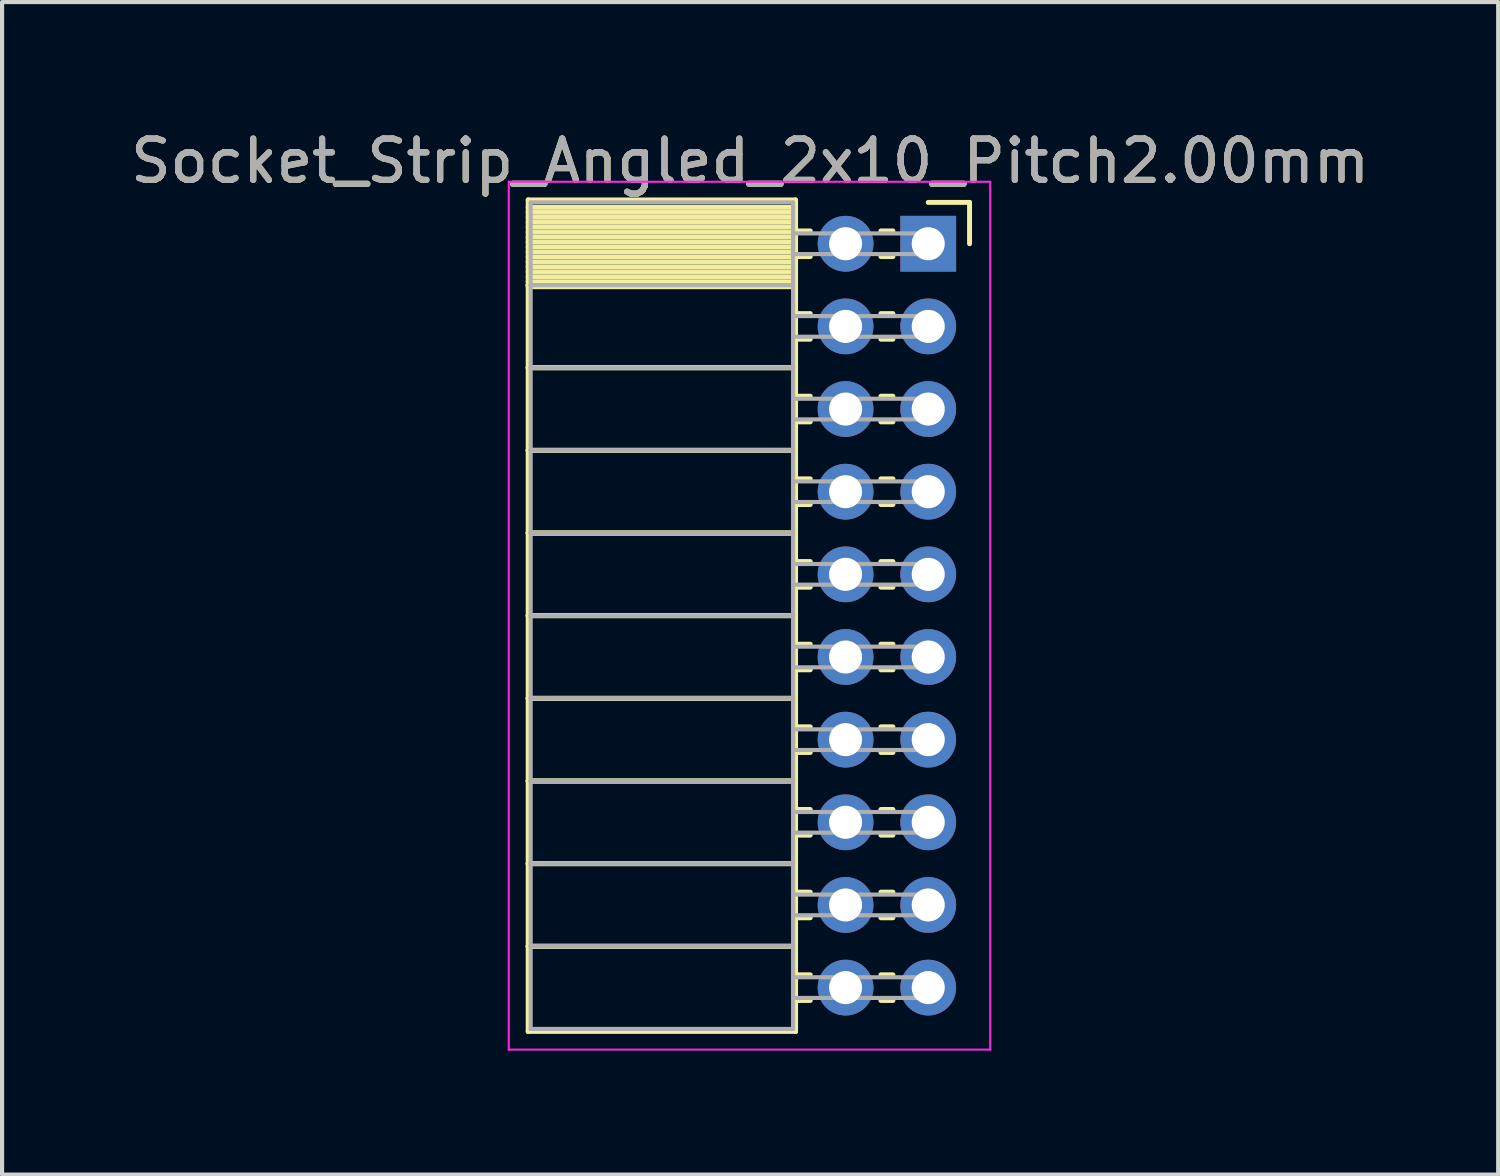
<source format=kicad_pcb>
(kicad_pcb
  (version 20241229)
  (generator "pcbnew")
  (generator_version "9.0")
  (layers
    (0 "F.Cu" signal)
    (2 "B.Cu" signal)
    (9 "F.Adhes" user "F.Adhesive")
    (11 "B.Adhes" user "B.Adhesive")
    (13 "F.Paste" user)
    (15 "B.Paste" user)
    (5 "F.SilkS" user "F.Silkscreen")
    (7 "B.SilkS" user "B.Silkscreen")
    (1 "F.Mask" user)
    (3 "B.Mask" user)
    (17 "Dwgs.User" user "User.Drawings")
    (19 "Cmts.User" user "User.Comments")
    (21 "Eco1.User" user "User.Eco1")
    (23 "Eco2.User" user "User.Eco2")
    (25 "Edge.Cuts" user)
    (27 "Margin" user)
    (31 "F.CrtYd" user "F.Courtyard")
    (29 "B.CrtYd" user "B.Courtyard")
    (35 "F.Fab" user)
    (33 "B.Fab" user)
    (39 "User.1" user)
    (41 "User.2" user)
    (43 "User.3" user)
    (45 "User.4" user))
  (footprint "Socket_Strip_Angled_2x10_Pitch2.00mm"
    (layer "F.Cu")
    (at 19.411 2.848)
    (property "Reference" "Socket_Strip_Angled_2x10_Pitch2.00mm" (at -4.31 -2 0) (layer "F.SilkS") (effects (font (size 1 1) (thickness 0.15))))
    (attr through_hole)
    (fp_line (start -9.68 -1.06) (end -3.21 -1.06) (stroke (width 0.12) (type solid)) (layer "F.SilkS"))
    (fp_line (start -9.68 1) (end -9.68 -1.06) (stroke (width 0.12) (type solid)) (layer "F.SilkS"))
    (fp_line (start -9.68 1) (end -3.21 1) (stroke (width 0.12) (type solid)) (layer "F.SilkS"))
    (fp_line (start -9.68 3) (end -9.68 1) (stroke (width 0.12) (type solid)) (layer "F.SilkS"))
    (fp_line (start -9.68 3) (end -3.21 3) (stroke (width 0.12) (type solid)) (layer "F.SilkS"))
    (fp_line (start -9.68 5) (end -9.68 3) (stroke (width 0.12) (type solid)) (layer "F.SilkS"))
    (fp_line (start -9.68 5) (end -3.21 5) (stroke (width 0.12) (type solid)) (layer "F.SilkS"))
    (fp_line (start -9.68 7) (end -9.68 5) (stroke (width 0.12) (type solid)) (layer "F.SilkS"))
    (fp_line (start -9.68 7) (end -3.21 7) (stroke (width 0.12) (type solid)) (layer "F.SilkS"))
    (fp_line (start -9.68 9) (end -9.68 7) (stroke (width 0.12) (type solid)) (layer "F.SilkS"))
    (fp_line (start -9.68 9) (end -3.21 9) (stroke (width 0.12) (type solid)) (layer "F.SilkS"))
    (fp_line (start -9.68 11) (end -9.68 9) (stroke (width 0.12) (type solid)) (layer "F.SilkS"))
    (fp_line (start -9.68 11) (end -3.21 11) (stroke (width 0.12) (type solid)) (layer "F.SilkS"))
    (fp_line (start -9.68 13) (end -9.68 11) (stroke (width 0.12) (type solid)) (layer "F.SilkS"))
    (fp_line (start -9.68 13) (end -3.21 13) (stroke (width 0.12) (type solid)) (layer "F.SilkS"))
    (fp_line (start -9.68 15) (end -9.68 13) (stroke (width 0.12) (type solid)) (layer "F.SilkS"))
    (fp_line (start -9.68 15) (end -3.21 15) (stroke (width 0.12) (type solid)) (layer "F.SilkS"))
    (fp_line (start -9.68 17) (end -9.68 15) (stroke (width 0.12) (type solid)) (layer "F.SilkS"))
    (fp_line (start -9.68 17) (end -3.21 17) (stroke (width 0.12) (type solid)) (layer "F.SilkS"))
    (fp_line (start -9.68 19.06) (end -9.68 17) (stroke (width 0.12) (type solid)) (layer "F.SilkS"))
    (fp_line (start -3.21 -1.06) (end -3.21 1) (stroke (width 0.12) (type solid)) (layer "F.SilkS"))
    (fp_line (start -3.21 -0.88) (end -9.68 -0.88) (stroke (width 0.12) (type solid)) (layer "F.SilkS"))
    (fp_line (start -3.21 -0.76) (end -9.68 -0.76) (stroke (width 0.12) (type solid)) (layer "F.SilkS"))
    (fp_line (start -3.21 -0.64) (end -9.68 -0.64) (stroke (width 0.12) (type solid)) (layer "F.SilkS"))
    (fp_line (start -3.21 -0.52) (end -9.68 -0.52) (stroke (width 0.12) (type solid)) (layer "F.SilkS"))
    (fp_line (start -3.21 -0.4) (end -9.68 -0.4) (stroke (width 0.12) (type solid)) (layer "F.SilkS"))
    (fp_line (start -3.21 -0.28) (end -9.68 -0.28) (stroke (width 0.12) (type solid)) (layer "F.SilkS"))
    (fp_line (start -3.21 -0.16) (end -9.68 -0.16) (stroke (width 0.12) (type solid)) (layer "F.SilkS"))
    (fp_line (start -3.21 -0.04) (end -9.68 -0.04) (stroke (width 0.12) (type solid)) (layer "F.SilkS"))
    (fp_line (start -3.21 0.08) (end -9.68 0.08) (stroke (width 0.12) (type solid)) (layer "F.SilkS"))
    (fp_line (start -3.21 0.2) (end -9.68 0.2) (stroke (width 0.12) (type solid)) (layer "F.SilkS"))
    (fp_line (start -3.21 0.32) (end -9.68 0.32) (stroke (width 0.12) (type solid)) (layer "F.SilkS"))
    (fp_line (start -3.21 0.44) (end -9.68 0.44) (stroke (width 0.12) (type solid)) (layer "F.SilkS"))
    (fp_line (start -3.21 0.56) (end -9.68 0.56) (stroke (width 0.12) (type solid)) (layer "F.SilkS"))
    (fp_line (start -3.21 0.68) (end -9.68 0.68) (stroke (width 0.12) (type solid)) (layer "F.SilkS"))
    (fp_line (start -3.21 0.8) (end -9.68 0.8) (stroke (width 0.12) (type solid)) (layer "F.SilkS"))
    (fp_line (start -3.21 0.92) (end -9.68 0.92) (stroke (width 0.12) (type solid)) (layer "F.SilkS"))
    (fp_line (start -3.21 1) (end -9.68 1) (stroke (width 0.12) (type solid)) (layer "F.SilkS"))
    (fp_line (start -3.21 1) (end -3.21 3) (stroke (width 0.12) (type solid)) (layer "F.SilkS"))
    (fp_line (start -3.21 1.04) (end -9.68 1.04) (stroke (width 0.12) (type solid)) (layer "F.SilkS"))
    (fp_line (start -3.21 3) (end -9.68 3) (stroke (width 0.12) (type solid)) (layer "F.SilkS"))
    (fp_line (start -3.21 3) (end -3.21 5) (stroke (width 0.12) (type solid)) (layer "F.SilkS"))
    (fp_line (start -3.21 5) (end -9.68 5) (stroke (width 0.12) (type solid)) (layer "F.SilkS"))
    (fp_line (start -3.21 5) (end -3.21 7) (stroke (width 0.12) (type solid)) (layer "F.SilkS"))
    (fp_line (start -3.21 7) (end -9.68 7) (stroke (width 0.12) (type solid)) (layer "F.SilkS"))
    (fp_line (start -3.21 7) (end -3.21 9) (stroke (width 0.12) (type solid)) (layer "F.SilkS"))
    (fp_line (start -3.21 9) (end -9.68 9) (stroke (width 0.12) (type solid)) (layer "F.SilkS"))
    (fp_line (start -3.21 9) (end -3.21 11) (stroke (width 0.12) (type solid)) (layer "F.SilkS"))
    (fp_line (start -3.21 11) (end -9.68 11) (stroke (width 0.12) (type solid)) (layer "F.SilkS"))
    (fp_line (start -3.21 11) (end -3.21 13) (stroke (width 0.12) (type solid)) (layer "F.SilkS"))
    (fp_line (start -3.21 13) (end -9.68 13) (stroke (width 0.12) (type solid)) (layer "F.SilkS"))
    (fp_line (start -3.21 13) (end -3.21 15) (stroke (width 0.12) (type solid)) (layer "F.SilkS"))
    (fp_line (start -3.21 15) (end -9.68 15) (stroke (width 0.12) (type solid)) (layer "F.SilkS"))
    (fp_line (start -3.21 15) (end -3.21 17) (stroke (width 0.12) (type solid)) (layer "F.SilkS"))
    (fp_line (start -3.21 17) (end -9.68 17) (stroke (width 0.12) (type solid)) (layer "F.SilkS"))
    (fp_line (start -3.21 17) (end -3.21 19.06) (stroke (width 0.12) (type solid)) (layer "F.SilkS"))
    (fp_line (start -3.21 19.06) (end -9.68 19.06) (stroke (width 0.12) (type solid)) (layer "F.SilkS"))
    (fp_line (start -2.855 -0.31) (end -3.21 -0.31) (stroke (width 0.12) (type solid)) (layer "F.SilkS"))
    (fp_line (start -2.855 0.31) (end -3.21 0.31) (stroke (width 0.12) (type solid)) (layer "F.SilkS"))
    (fp_line (start -2.855 1.69) (end -3.21 1.69) (stroke (width 0.12) (type solid)) (layer "F.SilkS"))
    (fp_line (start -2.855 2.31) (end -3.21 2.31) (stroke (width 0.12) (type solid)) (layer "F.SilkS"))
    (fp_line (start -2.855 3.69) (end -3.21 3.69) (stroke (width 0.12) (type solid)) (layer "F.SilkS"))
    (fp_line (start -2.855 4.31) (end -3.21 4.31) (stroke (width 0.12) (type solid)) (layer "F.SilkS"))
    (fp_line (start -2.855 5.69) (end -3.21 5.69) (stroke (width 0.12) (type solid)) (layer "F.SilkS"))
    (fp_line (start -2.855 6.31) (end -3.21 6.31) (stroke (width 0.12) (type solid)) (layer "F.SilkS"))
    (fp_line (start -2.855 7.69) (end -3.21 7.69) (stroke (width 0.12) (type solid)) (layer "F.SilkS"))
    (fp_line (start -2.855 8.31) (end -3.21 8.31) (stroke (width 0.12) (type solid)) (layer "F.SilkS"))
    (fp_line (start -2.855 9.69) (end -3.21 9.69) (stroke (width 0.12) (type solid)) (layer "F.SilkS"))
    (fp_line (start -2.855 10.31) (end -3.21 10.31) (stroke (width 0.12) (type solid)) (layer "F.SilkS"))
    (fp_line (start -2.855 11.69) (end -3.21 11.69) (stroke (width 0.12) (type solid)) (layer "F.SilkS"))
    (fp_line (start -2.855 12.31) (end -3.21 12.31) (stroke (width 0.12) (type solid)) (layer "F.SilkS"))
    (fp_line (start -2.855 13.69) (end -3.21 13.69) (stroke (width 0.12) (type solid)) (layer "F.SilkS"))
    (fp_line (start -2.855 14.31) (end -3.21 14.31) (stroke (width 0.12) (type solid)) (layer "F.SilkS"))
    (fp_line (start -2.855 15.69) (end -3.21 15.69) (stroke (width 0.12) (type solid)) (layer "F.SilkS"))
    (fp_line (start -2.855 16.31) (end -3.21 16.31) (stroke (width 0.12) (type solid)) (layer "F.SilkS"))
    (fp_line (start -2.855 17.69) (end -3.21 17.69) (stroke (width 0.12) (type solid)) (layer "F.SilkS"))
    (fp_line (start -2.855 18.31) (end -3.21 18.31) (stroke (width 0.12) (type solid)) (layer "F.SilkS"))
    (fp_line (start -0.855 -0.31) (end -1.145 -0.31) (stroke (width 0.12) (type solid)) (layer "F.SilkS"))
    (fp_line (start -0.855 0.31) (end -1.145 0.31) (stroke (width 0.12) (type solid)) (layer "F.SilkS"))
    (fp_line (start -0.855 1.69) (end -1.145 1.69) (stroke (width 0.12) (type solid)) (layer "F.SilkS"))
    (fp_line (start -0.855 2.31) (end -1.145 2.31) (stroke (width 0.12) (type solid)) (layer "F.SilkS"))
    (fp_line (start -0.855 3.69) (end -1.145 3.69) (stroke (width 0.12) (type solid)) (layer "F.SilkS"))
    (fp_line (start -0.855 4.31) (end -1.145 4.31) (stroke (width 0.12) (type solid)) (layer "F.SilkS"))
    (fp_line (start -0.855 5.69) (end -1.145 5.69) (stroke (width 0.12) (type solid)) (layer "F.SilkS"))
    (fp_line (start -0.855 6.31) (end -1.145 6.31) (stroke (width 0.12) (type solid)) (layer "F.SilkS"))
    (fp_line (start -0.855 7.69) (end -1.145 7.69) (stroke (width 0.12) (type solid)) (layer "F.SilkS"))
    (fp_line (start -0.855 8.31) (end -1.145 8.31) (stroke (width 0.12) (type solid)) (layer "F.SilkS"))
    (fp_line (start -0.855 9.69) (end -1.145 9.69) (stroke (width 0.12) (type solid)) (layer "F.SilkS"))
    (fp_line (start -0.855 10.31) (end -1.145 10.31) (stroke (width 0.12) (type solid)) (layer "F.SilkS"))
    (fp_line (start -0.855 11.69) (end -1.145 11.69) (stroke (width 0.12) (type solid)) (layer "F.SilkS"))
    (fp_line (start -0.855 12.31) (end -1.145 12.31) (stroke (width 0.12) (type solid)) (layer "F.SilkS"))
    (fp_line (start -0.855 13.69) (end -1.145 13.69) (stroke (width 0.12) (type solid)) (layer "F.SilkS"))
    (fp_line (start -0.855 14.31) (end -1.145 14.31) (stroke (width 0.12) (type solid)) (layer "F.SilkS"))
    (fp_line (start -0.855 15.69) (end -1.145 15.69) (stroke (width 0.12) (type solid)) (layer "F.SilkS"))
    (fp_line (start -0.855 16.31) (end -1.145 16.31) (stroke (width 0.12) (type solid)) (layer "F.SilkS"))
    (fp_line (start -0.855 17.69) (end -1.145 17.69) (stroke (width 0.12) (type solid)) (layer "F.SilkS"))
    (fp_line (start -0.855 18.31) (end -1.145 18.31) (stroke (width 0.12) (type solid)) (layer "F.SilkS"))
    (fp_line (start 0 -1) (end 1 -1) (stroke (width 0.12) (type solid)) (layer "F.SilkS"))
    (fp_line (start 1 -1) (end 1 0) (stroke (width 0.12) (type solid)) (layer "F.SilkS"))
    (fp_line (start -10.15 -1.5) (end 1.5 -1.5) (stroke (width 0.05) (type solid)) (layer "F.CrtYd"))
    (fp_line (start -10.15 19.5) (end -10.15 -1.5) (stroke (width 0.05) (type solid)) (layer "F.CrtYd"))
    (fp_line (start 1.5 -1.5) (end 1.5 19.5) (stroke (width 0.05) (type solid)) (layer "F.CrtYd"))
    (fp_line (start 1.5 19.5) (end -10.15 19.5) (stroke (width 0.05) (type solid)) (layer "F.CrtYd"))
    (fp_line (start -9.62 -1) (end -3.27 -1) (stroke (width 0.1) (type solid)) (layer "F.Fab"))
    (fp_line (start -9.62 1) (end -9.62 -1) (stroke (width 0.1) (type solid)) (layer "F.Fab"))
    (fp_line (start -9.62 1) (end -3.27 1) (stroke (width 0.1) (type solid)) (layer "F.Fab"))
    (fp_line (start -9.62 3) (end -9.62 1) (stroke (width 0.1) (type solid)) (layer "F.Fab"))
    (fp_line (start -9.62 3) (end -3.27 3) (stroke (width 0.1) (type solid)) (layer "F.Fab"))
    (fp_line (start -9.62 5) (end -9.62 3) (stroke (width 0.1) (type solid)) (layer "F.Fab"))
    (fp_line (start -9.62 5) (end -3.27 5) (stroke (width 0.1) (type solid)) (layer "F.Fab"))
    (fp_line (start -9.62 7) (end -9.62 5) (stroke (width 0.1) (type solid)) (layer "F.Fab"))
    (fp_line (start -9.62 7) (end -3.27 7) (stroke (width 0.1) (type solid)) (layer "F.Fab"))
    (fp_line (start -9.62 9) (end -9.62 7) (stroke (width 0.1) (type solid)) (layer "F.Fab"))
    (fp_line (start -9.62 9) (end -3.27 9) (stroke (width 0.1) (type solid)) (layer "F.Fab"))
    (fp_line (start -9.62 11) (end -9.62 9) (stroke (width 0.1) (type solid)) (layer "F.Fab"))
    (fp_line (start -9.62 11) (end -3.27 11) (stroke (width 0.1) (type solid)) (layer "F.Fab"))
    (fp_line (start -9.62 13) (end -9.62 11) (stroke (width 0.1) (type solid)) (layer "F.Fab"))
    (fp_line (start -9.62 13) (end -3.27 13) (stroke (width 0.1) (type solid)) (layer "F.Fab"))
    (fp_line (start -9.62 15) (end -9.62 13) (stroke (width 0.1) (type solid)) (layer "F.Fab"))
    (fp_line (start -9.62 15) (end -3.27 15) (stroke (width 0.1) (type solid)) (layer "F.Fab"))
    (fp_line (start -9.62 17) (end -9.62 15) (stroke (width 0.1) (type solid)) (layer "F.Fab"))
    (fp_line (start -9.62 17) (end -3.27 17) (stroke (width 0.1) (type solid)) (layer "F.Fab"))
    (fp_line (start -9.62 19) (end -9.62 17) (stroke (width 0.1) (type solid)) (layer "F.Fab"))
    (fp_line (start -3.27 -1) (end -3.27 1) (stroke (width 0.1) (type solid)) (layer "F.Fab"))
    (fp_line (start -3.27 -0.25) (end 0 -0.25) (stroke (width 0.1) (type solid)) (layer "F.Fab"))
    (fp_line (start -3.27 0.25) (end -3.27 -0.25) (stroke (width 0.1) (type solid)) (layer "F.Fab"))
    (fp_line (start -3.27 1) (end -9.62 1) (stroke (width 0.1) (type solid)) (layer "F.Fab"))
    (fp_line (start -3.27 1) (end -3.27 3) (stroke (width 0.1) (type solid)) (layer "F.Fab"))
    (fp_line (start -3.27 1.75) (end 0 1.75) (stroke (width 0.1) (type solid)) (layer "F.Fab"))
    (fp_line (start -3.27 2.25) (end -3.27 1.75) (stroke (width 0.1) (type solid)) (layer "F.Fab"))
    (fp_line (start -3.27 3) (end -9.62 3) (stroke (width 0.1) (type solid)) (layer "F.Fab"))
    (fp_line (start -3.27 3) (end -3.27 5) (stroke (width 0.1) (type solid)) (layer "F.Fab"))
    (fp_line (start -3.27 3.75) (end 0 3.75) (stroke (width 0.1) (type solid)) (layer "F.Fab"))
    (fp_line (start -3.27 4.25) (end -3.27 3.75) (stroke (width 0.1) (type solid)) (layer "F.Fab"))
    (fp_line (start -3.27 5) (end -9.62 5) (stroke (width 0.1) (type solid)) (layer "F.Fab"))
    (fp_line (start -3.27 5) (end -3.27 7) (stroke (width 0.1) (type solid)) (layer "F.Fab"))
    (fp_line (start -3.27 5.75) (end 0 5.75) (stroke (width 0.1) (type solid)) (layer "F.Fab"))
    (fp_line (start -3.27 6.25) (end -3.27 5.75) (stroke (width 0.1) (type solid)) (layer "F.Fab"))
    (fp_line (start -3.27 7) (end -9.62 7) (stroke (width 0.1) (type solid)) (layer "F.Fab"))
    (fp_line (start -3.27 7) (end -3.27 9) (stroke (width 0.1) (type solid)) (layer "F.Fab"))
    (fp_line (start -3.27 7.75) (end 0 7.75) (stroke (width 0.1) (type solid)) (layer "F.Fab"))
    (fp_line (start -3.27 8.25) (end -3.27 7.75) (stroke (width 0.1) (type solid)) (layer "F.Fab"))
    (fp_line (start -3.27 9) (end -9.62 9) (stroke (width 0.1) (type solid)) (layer "F.Fab"))
    (fp_line (start -3.27 9) (end -3.27 11) (stroke (width 0.1) (type solid)) (layer "F.Fab"))
    (fp_line (start -3.27 9.75) (end 0 9.75) (stroke (width 0.1) (type solid)) (layer "F.Fab"))
    (fp_line (start -3.27 10.25) (end -3.27 9.75) (stroke (width 0.1) (type solid)) (layer "F.Fab"))
    (fp_line (start -3.27 11) (end -9.62 11) (stroke (width 0.1) (type solid)) (layer "F.Fab"))
    (fp_line (start -3.27 11) (end -3.27 13) (stroke (width 0.1) (type solid)) (layer "F.Fab"))
    (fp_line (start -3.27 11.75) (end 0 11.75) (stroke (width 0.1) (type solid)) (layer "F.Fab"))
    (fp_line (start -3.27 12.25) (end -3.27 11.75) (stroke (width 0.1) (type solid)) (layer "F.Fab"))
    (fp_line (start -3.27 13) (end -9.62 13) (stroke (width 0.1) (type solid)) (layer "F.Fab"))
    (fp_line (start -3.27 13) (end -3.27 15) (stroke (width 0.1) (type solid)) (layer "F.Fab"))
    (fp_line (start -3.27 13.75) (end 0 13.75) (stroke (width 0.1) (type solid)) (layer "F.Fab"))
    (fp_line (start -3.27 14.25) (end -3.27 13.75) (stroke (width 0.1) (type solid)) (layer "F.Fab"))
    (fp_line (start -3.27 15) (end -9.62 15) (stroke (width 0.1) (type solid)) (layer "F.Fab"))
    (fp_line (start -3.27 15) (end -3.27 17) (stroke (width 0.1) (type solid)) (layer "F.Fab"))
    (fp_line (start -3.27 15.75) (end 0 15.75) (stroke (width 0.1) (type solid)) (layer "F.Fab"))
    (fp_line (start -3.27 16.25) (end -3.27 15.75) (stroke (width 0.1) (type solid)) (layer "F.Fab"))
    (fp_line (start -3.27 17) (end -9.62 17) (stroke (width 0.1) (type solid)) (layer "F.Fab"))
    (fp_line (start -3.27 17) (end -3.27 19) (stroke (width 0.1) (type solid)) (layer "F.Fab"))
    (fp_line (start -3.27 17.75) (end 0 17.75) (stroke (width 0.1) (type solid)) (layer "F.Fab"))
    (fp_line (start -3.27 18.25) (end -3.27 17.75) (stroke (width 0.1) (type solid)) (layer "F.Fab"))
    (fp_line (start -3.27 19) (end -9.62 19) (stroke (width 0.1) (type solid)) (layer "F.Fab"))
    (fp_line (start 0 -0.25) (end 0 0.25) (stroke (width 0.1) (type solid)) (layer "F.Fab"))
    (fp_line (start 0 0.25) (end -3.27 0.25) (stroke (width 0.1) (type solid)) (layer "F.Fab"))
    (fp_line (start 0 1.75) (end 0 2.25) (stroke (width 0.1) (type solid)) (layer "F.Fab"))
    (fp_line (start 0 2.25) (end -3.27 2.25) (stroke (width 0.1) (type solid)) (layer "F.Fab"))
    (fp_line (start 0 3.75) (end 0 4.25) (stroke (width 0.1) (type solid)) (layer "F.Fab"))
    (fp_line (start 0 4.25) (end -3.27 4.25) (stroke (width 0.1) (type solid)) (layer "F.Fab"))
    (fp_line (start 0 5.75) (end 0 6.25) (stroke (width 0.1) (type solid)) (layer "F.Fab"))
    (fp_line (start 0 6.25) (end -3.27 6.25) (stroke (width 0.1) (type solid)) (layer "F.Fab"))
    (fp_line (start 0 7.75) (end 0 8.25) (stroke (width 0.1) (type solid)) (layer "F.Fab"))
    (fp_line (start 0 8.25) (end -3.27 8.25) (stroke (width 0.1) (type solid)) (layer "F.Fab"))
    (fp_line (start 0 9.75) (end 0 10.25) (stroke (width 0.1) (type solid)) (layer "F.Fab"))
    (fp_line (start 0 10.25) (end -3.27 10.25) (stroke (width 0.1) (type solid)) (layer "F.Fab"))
    (fp_line (start 0 11.75) (end 0 12.25) (stroke (width 0.1) (type solid)) (layer "F.Fab"))
    (fp_line (start 0 12.25) (end -3.27 12.25) (stroke (width 0.1) (type solid)) (layer "F.Fab"))
    (fp_line (start 0 13.75) (end 0 14.25) (stroke (width 0.1) (type solid)) (layer "F.Fab"))
    (fp_line (start 0 14.25) (end -3.27 14.25) (stroke (width 0.1) (type solid)) (layer "F.Fab"))
    (fp_line (start 0 15.75) (end 0 16.25) (stroke (width 0.1) (type solid)) (layer "F.Fab"))
    (fp_line (start 0 16.25) (end -3.27 16.25) (stroke (width 0.1) (type solid)) (layer "F.Fab"))
    (fp_line (start 0 17.75) (end 0 18.25) (stroke (width 0.1) (type solid)) (layer "F.Fab"))
    (fp_line (start 0 18.25) (end -3.27 18.25) (stroke (width 0.1) (type solid)) (layer "F.Fab"))
    (fp_text user "${REFERENCE}" (at -4.31 -2 0) (layer "F.Fab") (effects (font (size 1 1) (thickness 0.15))))
    (pad "1" thru_hole rect (at 0 0) (size 1.35 1.35) (drill 0.8) (layers "*.Cu" "*.Mask"))
    (pad "2" thru_hole oval (at -2 0) (size 1.35 1.35) (drill 0.8) (layers "*.Cu" "*.Mask"))
    (pad "3" thru_hole oval (at 0 2) (size 1.35 1.35) (drill 0.8) (layers "*.Cu" "*.Mask"))
    (pad "4" thru_hole oval (at -2 2) (size 1.35 1.35) (drill 0.8) (layers "*.Cu" "*.Mask"))
    (pad "5" thru_hole oval (at 0 4) (size 1.35 1.35) (drill 0.8) (layers "*.Cu" "*.Mask"))
    (pad "6" thru_hole oval (at -2 4) (size 1.35 1.35) (drill 0.8) (layers "*.Cu" "*.Mask"))
    (pad "7" thru_hole oval (at 0 6) (size 1.35 1.35) (drill 0.8) (layers "*.Cu" "*.Mask"))
    (pad "8" thru_hole oval (at -2 6) (size 1.35 1.35) (drill 0.8) (layers "*.Cu" "*.Mask"))
    (pad "9" thru_hole oval (at 0 8) (size 1.35 1.35) (drill 0.8) (layers "*.Cu" "*.Mask"))
    (pad "10" thru_hole oval (at -2 8) (size 1.35 1.35) (drill 0.8) (layers "*.Cu" "*.Mask"))
    (pad "11" thru_hole oval (at 0 10) (size 1.35 1.35) (drill 0.8) (layers "*.Cu" "*.Mask"))
    (pad "12" thru_hole oval (at -2 10) (size 1.35 1.35) (drill 0.8) (layers "*.Cu" "*.Mask"))
    (pad "13" thru_hole oval (at 0 12) (size 1.35 1.35) (drill 0.8) (layers "*.Cu" "*.Mask"))
    (pad "14" thru_hole oval (at -2 12) (size 1.35 1.35) (drill 0.8) (layers "*.Cu" "*.Mask"))
    (pad "15" thru_hole oval (at 0 14) (size 1.35 1.35) (drill 0.8) (layers "*.Cu" "*.Mask"))
    (pad "16" thru_hole oval (at -2 14) (size 1.35 1.35) (drill 0.8) (layers "*.Cu" "*.Mask"))
    (pad "17" thru_hole oval (at 0 16) (size 1.35 1.35) (drill 0.8) (layers "*.Cu" "*.Mask"))
    (pad "18" thru_hole oval (at -2 16) (size 1.35 1.35) (drill 0.8) (layers "*.Cu" "*.Mask"))
    (pad "19" thru_hole oval (at 0 18) (size 1.35 1.35) (drill 0.8) (layers "*.Cu" "*.Mask"))
    (pad "20" thru_hole oval (at -2 18) (size 1.35 1.35) (drill 0.8) (layers "*.Cu" "*.Mask")))
  (gr_rect
    (start -3 -3)
    (end 33.202 25.373)
    (stroke (width 0.1) (type default))
    (fill no)
    (layer "Edge.Cuts")))
</source>
